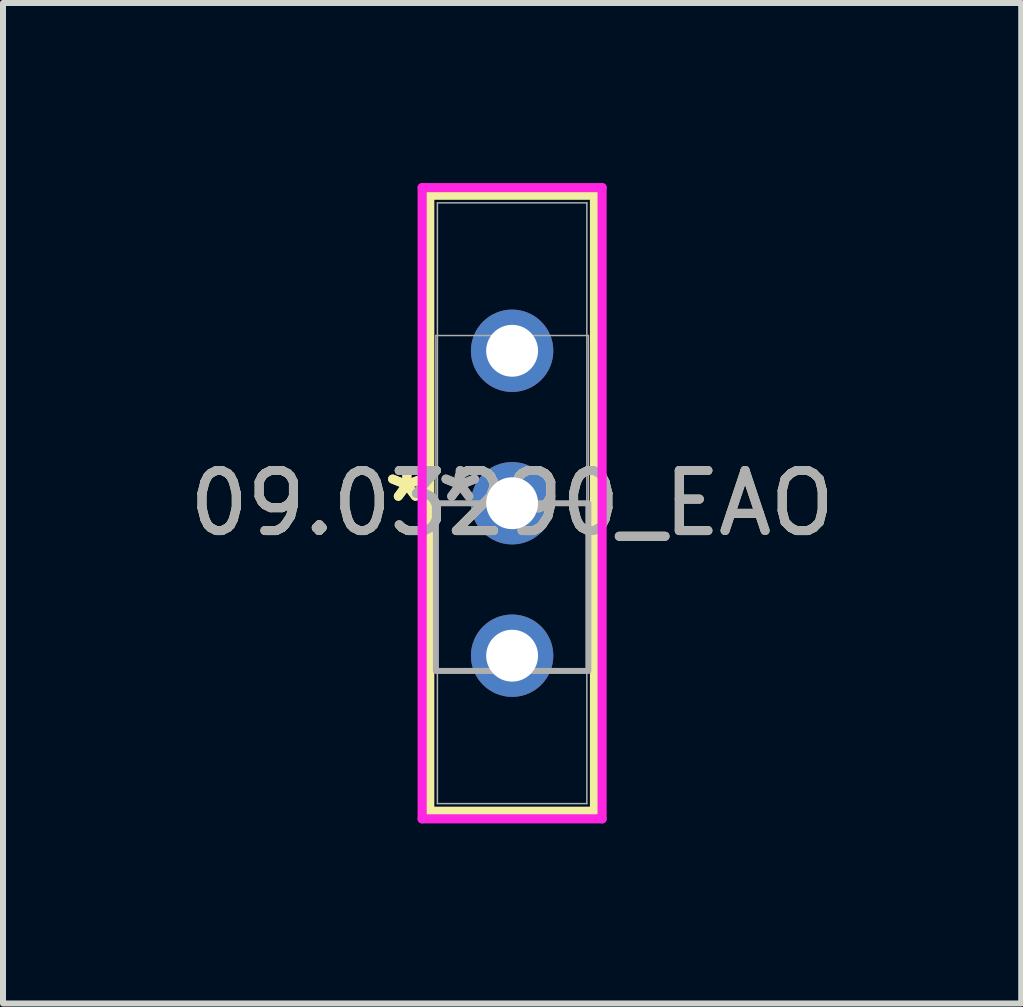
<source format=kicad_pcb>
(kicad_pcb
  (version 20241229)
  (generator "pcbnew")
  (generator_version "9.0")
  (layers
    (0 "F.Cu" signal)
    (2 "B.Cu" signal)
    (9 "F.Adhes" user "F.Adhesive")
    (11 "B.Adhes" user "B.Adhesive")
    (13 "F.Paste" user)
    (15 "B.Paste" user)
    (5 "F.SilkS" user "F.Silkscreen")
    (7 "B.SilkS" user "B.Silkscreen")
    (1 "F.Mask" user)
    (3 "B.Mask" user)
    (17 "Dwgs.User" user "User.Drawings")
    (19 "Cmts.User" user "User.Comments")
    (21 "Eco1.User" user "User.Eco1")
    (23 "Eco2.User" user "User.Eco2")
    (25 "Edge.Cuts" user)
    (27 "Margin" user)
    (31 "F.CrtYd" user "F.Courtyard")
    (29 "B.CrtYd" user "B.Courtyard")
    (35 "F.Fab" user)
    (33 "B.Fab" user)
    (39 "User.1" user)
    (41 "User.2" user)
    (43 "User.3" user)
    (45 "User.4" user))
  (footprint "09.03290_EAO"
    (layer "F.Cu")
    (at 5.482 5.334)
    (property "Reference" "09.03290_EAO" (at 0 0 0) (unlocked yes) (layer "F.SilkS") (effects (font (size 1 1) (thickness 0.15))))
    (attr through_hole)
    (fp_line (start -1.372 -5.131) (end -1.372 5.131) (stroke (width 0.152) (type solid)) (layer "F.SilkS"))
    (fp_line (start -1.372 5.131) (end 1.372 5.131) (stroke (width 0.152) (type solid)) (layer "F.SilkS"))
    (fp_line (start 1.372 -5.131) (end -1.372 -5.131) (stroke (width 0.152) (type solid)) (layer "F.SilkS"))
    (fp_line (start 1.372 5.131) (end 1.372 -5.131) (stroke (width 0.152) (type solid)) (layer "F.SilkS"))
    (fp_line (start -1.499 -5.258) (end -1.499 5.258) (stroke (width 0.152) (type solid)) (layer "F.CrtYd"))
    (fp_line (start -1.499 5.258) (end 1.499 5.258) (stroke (width 0.152) (type solid)) (layer "F.CrtYd"))
    (fp_line (start 1.499 -5.258) (end -1.499 -5.258) (stroke (width 0.152) (type solid)) (layer "F.CrtYd"))
    (fp_line (start 1.499 5.258) (end 1.499 -5.258) (stroke (width 0.152) (type solid)) (layer "F.CrtYd"))
    (fp_line (start -1.27 -2.794) (end 1.27 -2.794) (stroke (width 0.025) (type solid)) (layer "F.Fab"))
    (fp_line (start -1.27 2.794) (end -1.27 -2.794) (stroke (width 0.025) (type solid)) (layer "F.Fab"))
    (fp_line (start -1.245 -5.004) (end -1.245 5.004) (stroke (width 0.025) (type solid)) (layer "F.Fab"))
    (fp_line (start -1.245 5.004) (end 1.245 5.004) (stroke (width 0.025) (type solid)) (layer "F.Fab"))
    (fp_line (start 1.245 -5.004) (end -1.245 -5.004) (stroke (width 0.025) (type solid)) (layer "F.Fab"))
    (fp_line (start 1.245 5.004) (end 1.245 -5.004) (stroke (width 0.025) (type solid)) (layer "F.Fab"))
    (fp_line (start 1.27 -2.794) (end 1.27 2.794) (stroke (width 0.025) (type solid)) (layer "F.Fab"))
    (fp_line (start 1.27 2.794) (end -1.27 2.794) (stroke (width 0.025) (type solid)) (layer "F.Fab"))
    (fp_poly (pts (xy -1.27 2.794) (xy -1.27 0) (xy 1.27 0) (xy 1.27 2.794)) (stroke (width 0.1) (type solid)) (fill no) (layer "F.Fab"))
    (fp_text user "*" (at -1.753 0 0) (unlocked yes) (layer "F.SilkS") (effects (font (size 1 1) (thickness 0.15))))
    (fp_text user "*" (at -1.753 0 0) (layer "F.SilkS") (effects (font (size 1 1) (thickness 0.15))))
    (fp_text user "${REFERENCE}" (at 0 0 0) (unlocked yes) (layer "F.Fab") (effects (font (size 1 1) (thickness 0.15))))
    (fp_text user "*" (at -0.864 0 0) (unlocked yes) (layer "F.Fab") (effects (font (size 1 1) (thickness 0.15))))
    (fp_text user "*" (at -0.864 0 0) (layer "F.Fab") (effects (font (size 1 1) (thickness 0.15))))
    (pad "1" thru_hole circle (at 0 0) (size 1.372 1.372) (drill 0.864) (layers "*.Cu" "*.Mask"))
    (pad "2" thru_hole circle (at 0 2.54) (size 1.372 1.372) (drill 0.864) (layers "*.Cu" "*.Mask"))
    (pad "3" thru_hole circle (at 0 -2.54) (size 1.372 1.372) (drill 0.864) (layers "*.Cu" "*.Mask")))
  (gr_rect
    (start -3 -3)
    (end 13.964 13.668)
    (stroke (width 0.1) (type default))
    (fill no)
    (layer "Edge.Cuts")))
</source>
